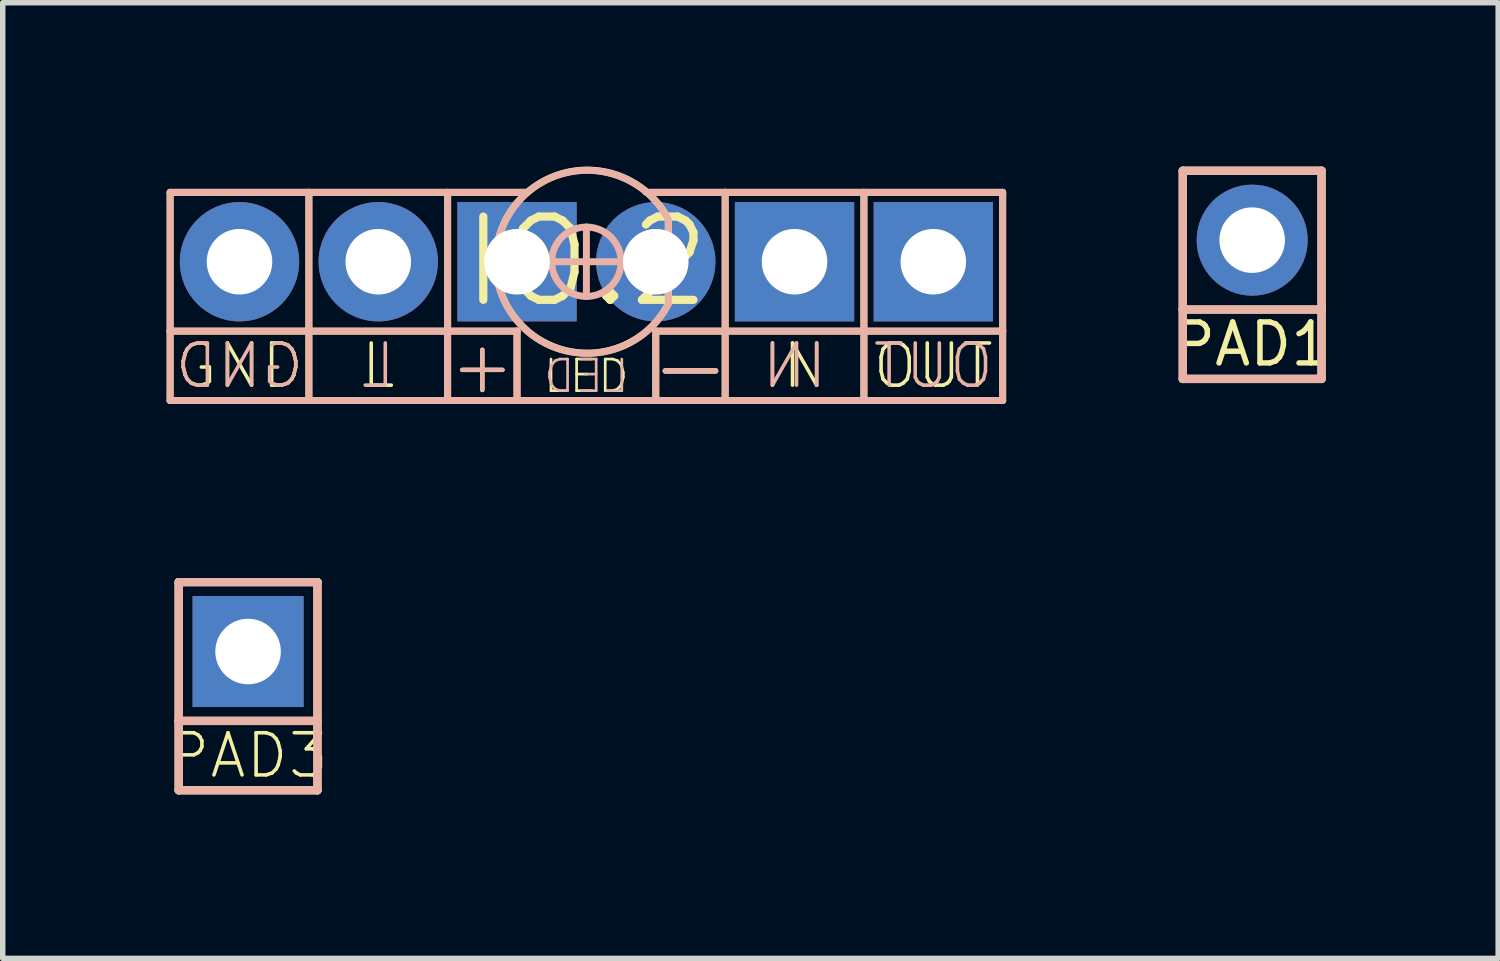
<source format=kicad_pcb>
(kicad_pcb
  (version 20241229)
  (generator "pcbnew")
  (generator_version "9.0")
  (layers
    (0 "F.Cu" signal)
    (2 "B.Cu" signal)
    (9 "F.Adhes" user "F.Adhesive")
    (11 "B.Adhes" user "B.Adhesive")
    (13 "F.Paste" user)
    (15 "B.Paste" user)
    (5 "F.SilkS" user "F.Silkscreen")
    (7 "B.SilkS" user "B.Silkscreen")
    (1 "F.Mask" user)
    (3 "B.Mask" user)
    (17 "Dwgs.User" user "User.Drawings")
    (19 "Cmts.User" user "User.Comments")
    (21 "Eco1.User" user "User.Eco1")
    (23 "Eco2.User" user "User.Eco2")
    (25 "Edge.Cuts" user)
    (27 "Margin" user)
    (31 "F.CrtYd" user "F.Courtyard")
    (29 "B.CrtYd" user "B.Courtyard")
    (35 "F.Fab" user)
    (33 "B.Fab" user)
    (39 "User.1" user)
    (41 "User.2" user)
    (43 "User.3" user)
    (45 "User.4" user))
  (footprint "PAD1"
    (layer "F.Cu")
    (at 19.871 1.346)
    (property "Reference" "PAD1" (at 0 1.905 0) (layer "F.SilkS") (effects (font (size 0.75 0.75) (thickness 0.1))))
    (attr through_hole)
    (fp_line (start -1.27 -1.27) (end 1.27 -1.27) (stroke (width 0.152) (type solid)) (layer "F.SilkS"))
    (fp_line (start -1.27 1.27) (end -1.27 -1.27) (stroke (width 0.152) (type solid)) (layer "F.SilkS"))
    (fp_line (start -1.27 1.27) (end -1.27 2.54) (stroke (width 0.152) (type solid)) (layer "F.SilkS"))
    (fp_line (start -1.27 2.54) (end 1.27 2.54) (stroke (width 0.152) (type solid)) (layer "F.SilkS"))
    (fp_line (start 1.27 -1.27) (end 1.27 1.27) (stroke (width 0.152) (type solid)) (layer "F.SilkS"))
    (fp_line (start 1.27 1.27) (end -1.27 1.27) (stroke (width 0.152) (type solid)) (layer "F.SilkS"))
    (fp_line (start 1.27 2.54) (end 1.27 1.27) (stroke (width 0.152) (type solid)) (layer "F.SilkS"))
    (fp_line (start -1.27 -1.27) (end -1.27 1.27) (stroke (width 0.152) (type solid)) (layer "B.SilkS"))
    (fp_line (start -1.27 1.27) (end 1.27 1.27) (stroke (width 0.152) (type solid)) (layer "B.SilkS"))
    (fp_line (start -1.27 2.54) (end -1.27 1.27) (stroke (width 0.152) (type solid)) (layer "B.SilkS"))
    (fp_line (start 1.27 -1.27) (end -1.27 -1.27) (stroke (width 0.152) (type solid)) (layer "B.SilkS"))
    (fp_line (start 1.27 1.27) (end 1.27 -1.27) (stroke (width 0.152) (type solid)) (layer "B.SilkS"))
    (fp_line (start 1.27 1.27) (end 1.27 2.54) (stroke (width 0.152) (type solid)) (layer "B.SilkS"))
    (fp_line (start 1.27 2.54) (end -1.27 2.54) (stroke (width 0.152) (type solid)) (layer "B.SilkS"))
    (pad "1" thru_hole oval (at 0 0) (size 2.032 2.032) (drill 1.2) (layers "*.Cu" "*.Mask")))
  (footprint "PAD3"
    (layer "F.Cu")
    (at 1.491 8.876)
    (property "Reference" "PAD3" (at 0 1.905 0) (layer "F.SilkS") (effects (font (size 0.772 0.772) (thickness 0.065))))
    (attr through_hole)
    (fp_line (start -1.27 -1.27) (end 1.27 -1.27) (stroke (width 0.152) (type solid)) (layer "F.SilkS"))
    (fp_line (start -1.27 1.27) (end -1.27 -1.27) (stroke (width 0.152) (type solid)) (layer "F.SilkS"))
    (fp_line (start -1.27 1.27) (end -1.27 2.54) (stroke (width 0.152) (type solid)) (layer "F.SilkS"))
    (fp_line (start -1.27 2.54) (end 1.27 2.54) (stroke (width 0.152) (type solid)) (layer "F.SilkS"))
    (fp_line (start 1.27 -1.27) (end 1.27 1.27) (stroke (width 0.152) (type solid)) (layer "F.SilkS"))
    (fp_line (start 1.27 1.27) (end -1.27 1.27) (stroke (width 0.152) (type solid)) (layer "F.SilkS"))
    (fp_line (start 1.27 2.54) (end 1.27 1.27) (stroke (width 0.152) (type solid)) (layer "F.SilkS"))
    (fp_line (start -1.27 -1.27) (end -1.27 1.27) (stroke (width 0.152) (type solid)) (layer "B.SilkS"))
    (fp_line (start -1.27 1.27) (end 1.27 1.27) (stroke (width 0.152) (type solid)) (layer "B.SilkS"))
    (fp_line (start -1.27 2.54) (end -1.27 1.27) (stroke (width 0.152) (type solid)) (layer "B.SilkS"))
    (fp_line (start 1.27 -1.27) (end -1.27 -1.27) (stroke (width 0.152) (type solid)) (layer "B.SilkS"))
    (fp_line (start 1.27 1.27) (end 1.27 -1.27) (stroke (width 0.152) (type solid)) (layer "B.SilkS"))
    (fp_line (start 1.27 1.27) (end 1.27 2.54) (stroke (width 0.152) (type solid)) (layer "B.SilkS"))
    (fp_line (start 1.27 2.54) (end -1.27 2.54) (stroke (width 0.152) (type solid)) (layer "B.SilkS"))
    (pad "1" thru_hole rect (at 0 0) (size 2.032 2.032) (drill 1.2) (layers "*.Cu" "*.Mask")))
  (footprint "IO.2"
    (layer "F.Cu")
    (at 7.684 1.741)
    (property "Reference" "IO.2" (at 0 0 0) (layer "F.SilkS") (effects (font (size 1.524 1.524) (thickness 0.15))))
    (attr through_hole)
    (fp_line (start -7.62 -1.27) (end -7.62 1.27) (stroke (width 0.127) (type solid)) (layer "F.SilkS"))
    (fp_line (start -7.62 -1.27) (end -5.08 -1.27) (stroke (width 0.127) (type solid)) (layer "F.SilkS"))
    (fp_line (start -7.62 1.27) (end -7.62 2.54) (stroke (width 0.127) (type solid)) (layer "F.SilkS"))
    (fp_line (start -7.62 1.27) (end -5.08 1.27) (stroke (width 0.127) (type solid)) (layer "F.SilkS"))
    (fp_line (start -5.08 -1.27) (end -5.08 1.27) (stroke (width 0.127) (type solid)) (layer "F.SilkS"))
    (fp_line (start -5.08 -1.27) (end -2.54 -1.27) (stroke (width 0.127) (type solid)) (layer "F.SilkS"))
    (fp_line (start -5.08 1.27) (end -5.08 2.54) (stroke (width 0.127) (type solid)) (layer "F.SilkS"))
    (fp_line (start -5.08 1.27) (end -2.54 1.27) (stroke (width 0.127) (type solid)) (layer "F.SilkS"))
    (fp_line (start -5.08 2.54) (end -7.62 2.54) (stroke (width 0.127) (type solid)) (layer "F.SilkS"))
    (fp_line (start -2.54 1.27) (end -2.54 -1.27) (stroke (width 0.127) (type solid)) (layer "F.SilkS"))
    (fp_line (start -2.54 1.27) (end -1.27 1.27) (stroke (width 0.127) (type solid)) (layer "F.SilkS"))
    (fp_line (start -2.54 2.54) (end -5.08 2.54) (stroke (width 0.127) (type solid)) (layer "F.SilkS"))
    (fp_line (start -2.54 2.54) (end -2.54 1.27) (stroke (width 0.127) (type solid)) (layer "F.SilkS"))
    (fp_line (start -1.27 2.54) (end -2.54 2.54) (stroke (width 0.127) (type solid)) (layer "F.SilkS"))
    (fp_line (start -1.27 2.54) (end -1.27 1.27) (stroke (width 0.127) (type solid)) (layer "F.SilkS"))
    (fp_line (start -1.092 -1.27) (end -2.54 -1.27) (stroke (width 0.127) (type solid)) (layer "F.SilkS"))
    (fp_line (start 1.27 1.27) (end 2.54 1.27) (stroke (width 0.127) (type solid)) (layer "F.SilkS"))
    (fp_line (start 1.27 2.54) (end -1.27 2.54) (stroke (width 0.127) (type solid)) (layer "F.SilkS"))
    (fp_line (start 1.27 2.54) (end 1.27 1.27) (stroke (width 0.127) (type solid)) (layer "F.SilkS"))
    (fp_line (start 1.499 -0.762) (end 1.499 0.762) (stroke (width 0.127) (type solid)) (layer "F.SilkS"))
    (fp_line (start 2.54 -1.27) (end 1.118 -1.27) (stroke (width 0.127) (type solid)) (layer "F.SilkS"))
    (fp_line (start 2.54 -1.27) (end 2.54 1.27) (stroke (width 0.127) (type solid)) (layer "F.SilkS"))
    (fp_line (start 2.54 -1.27) (end 5.08 -1.27) (stroke (width 0.127) (type solid)) (layer "F.SilkS"))
    (fp_line (start 2.54 1.27) (end 2.54 2.54) (stroke (width 0.127) (type solid)) (layer "F.SilkS"))
    (fp_line (start 2.54 1.27) (end 5.08 1.27) (stroke (width 0.127) (type solid)) (layer "F.SilkS"))
    (fp_line (start 2.54 2.54) (end 1.27 2.54) (stroke (width 0.127) (type solid)) (layer "F.SilkS"))
    (fp_line (start 5.08 -1.27) (end 5.08 1.27) (stroke (width 0.127) (type solid)) (layer "F.SilkS"))
    (fp_line (start 5.08 -1.27) (end 7.62 -1.27) (stroke (width 0.127) (type solid)) (layer "F.SilkS"))
    (fp_line (start 5.08 1.27) (end 5.08 2.54) (stroke (width 0.127) (type solid)) (layer "F.SilkS"))
    (fp_line (start 5.08 1.27) (end 7.62 1.27) (stroke (width 0.127) (type solid)) (layer "F.SilkS"))
    (fp_line (start 5.08 2.54) (end 2.54 2.54) (stroke (width 0.127) (type solid)) (layer "F.SilkS"))
    (fp_line (start 7.62 -1.27) (end 7.62 1.27) (stroke (width 0.127) (type solid)) (layer "F.SilkS"))
    (fp_line (start 7.62 1.27) (end 7.62 2.54) (stroke (width 0.127) (type solid)) (layer "F.SilkS"))
    (fp_line (start 7.62 2.54) (end 5.08 2.54) (stroke (width 0.127) (type solid)) (layer "F.SilkS"))
    (fp_arc (start 1.489069 0.791939) (mid -1.660963 -0.015389) (end 1.501275 -0.773497) (stroke (width 0.127) (type solid)) (layer "F.SilkS"))
    (fp_line (start -7.62 -1.27) (end -7.62 1.27) (stroke (width 0.127) (type solid)) (layer "B.SilkS"))
    (fp_line (start -7.62 1.27) (end -7.62 2.54) (stroke (width 0.127) (type solid)) (layer "B.SilkS"))
    (fp_line (start -7.62 2.54) (end -5.08 2.54) (stroke (width 0.127) (type solid)) (layer "B.SilkS"))
    (fp_line (start -5.08 -1.27) (end -7.62 -1.27) (stroke (width 0.127) (type solid)) (layer "B.SilkS"))
    (fp_line (start -5.08 -1.27) (end -5.08 1.27) (stroke (width 0.127) (type solid)) (layer "B.SilkS"))
    (fp_line (start -5.08 1.27) (end -7.62 1.27) (stroke (width 0.127) (type solid)) (layer "B.SilkS"))
    (fp_line (start -5.08 1.27) (end -5.08 2.54) (stroke (width 0.127) (type solid)) (layer "B.SilkS"))
    (fp_line (start -5.08 2.54) (end -2.54 2.54) (stroke (width 0.127) (type solid)) (layer "B.SilkS"))
    (fp_line (start -2.54 -1.27) (end -5.08 -1.27) (stroke (width 0.127) (type solid)) (layer "B.SilkS"))
    (fp_line (start -2.54 -1.27) (end -2.54 1.27) (stroke (width 0.127) (type solid)) (layer "B.SilkS"))
    (fp_line (start -2.54 -1.27) (end -1.092 -1.27) (stroke (width 0.127) (type solid)) (layer "B.SilkS"))
    (fp_line (start -2.54 1.27) (end -5.08 1.27) (stroke (width 0.127) (type solid)) (layer "B.SilkS"))
    (fp_line (start -2.54 1.27) (end -2.54 2.54) (stroke (width 0.127) (type solid)) (layer "B.SilkS"))
    (fp_line (start -2.54 2.54) (end -1.27 2.54) (stroke (width 0.127) (type solid)) (layer "B.SilkS"))
    (fp_line (start -1.27 1.27) (end -2.54 1.27) (stroke (width 0.127) (type solid)) (layer "B.SilkS"))
    (fp_line (start -1.27 2.54) (end -1.27 1.27) (stroke (width 0.127) (type solid)) (layer "B.SilkS"))
    (fp_line (start -1.27 2.54) (end 1.27 2.54) (stroke (width 0.127) (type solid)) (layer "B.SilkS"))
    (fp_line (start -0.635 0) (end 0.635 0) (stroke (width 0.127) (type solid)) (layer "B.SilkS"))
    (fp_line (start 0 -0.635) (end 0 0.635) (stroke (width 0.127) (type solid)) (layer "B.SilkS"))
    (fp_line (start 1.092 -1.27) (end 2.54 -1.27) (stroke (width 0.127) (type solid)) (layer "B.SilkS"))
    (fp_line (start 1.27 2.54) (end 1.27 1.27) (stroke (width 0.127) (type solid)) (layer "B.SilkS"))
    (fp_line (start 1.27 2.54) (end 2.54 2.54) (stroke (width 0.127) (type solid)) (layer "B.SilkS"))
    (fp_line (start 1.499 -0.762) (end 1.499 0.762) (stroke (width 0.127) (type solid)) (layer "B.SilkS"))
    (fp_line (start 2.54 1.27) (end 1.27 1.27) (stroke (width 0.127) (type solid)) (layer "B.SilkS"))
    (fp_line (start 2.54 1.27) (end 2.54 -1.27) (stroke (width 0.127) (type solid)) (layer "B.SilkS"))
    (fp_line (start 2.54 2.54) (end 2.54 1.27) (stroke (width 0.127) (type solid)) (layer "B.SilkS"))
    (fp_line (start 2.54 2.54) (end 5.08 2.54) (stroke (width 0.127) (type solid)) (layer "B.SilkS"))
    (fp_line (start 5.08 -1.27) (end 2.54 -1.27) (stroke (width 0.127) (type solid)) (layer "B.SilkS"))
    (fp_line (start 5.08 -1.27) (end 5.08 1.27) (stroke (width 0.127) (type solid)) (layer "B.SilkS"))
    (fp_line (start 5.08 1.27) (end 2.54 1.27) (stroke (width 0.127) (type solid)) (layer "B.SilkS"))
    (fp_line (start 5.08 1.27) (end 5.08 2.54) (stroke (width 0.127) (type solid)) (layer "B.SilkS"))
    (fp_line (start 5.08 2.54) (end 7.62 2.54) (stroke (width 0.127) (type solid)) (layer "B.SilkS"))
    (fp_line (start 7.62 -1.27) (end 5.08 -1.27) (stroke (width 0.127) (type solid)) (layer "B.SilkS"))
    (fp_line (start 7.62 -1.27) (end 7.62 1.27) (stroke (width 0.127) (type solid)) (layer "B.SilkS"))
    (fp_line (start 7.62 1.27) (end 5.08 1.27) (stroke (width 0.127) (type solid)) (layer "B.SilkS"))
    (fp_line (start 7.62 1.27) (end 7.62 2.54) (stroke (width 0.127) (type solid)) (layer "B.SilkS"))
    (fp_arc (start 1.501275 0.773497) (mid -1.660963 0.015389) (end 1.489069 -0.791939) (stroke (width 0.127) (type solid)) (layer "B.SilkS"))
    (fp_circle (center 0 0) (end 0.635 0) (stroke (width 0.127) (type solid)) (fill no) (layer "B.SilkS"))
    (fp_text user "+" (at -1.905 1.905 0) (layer "F.SilkS") (effects (font (size 0.965 0.965) (thickness 0.081))))
    (fp_text user "LED" (at 0 2.095 0) (layer "F.SilkS") (effects (font (size 0.579 0.579) (thickness 0.049))))
    (fp_text user "GND" (at -6.35 1.905 0) (layer "F.SilkS") (effects (font (size 0.772 0.772) (thickness 0.065))))
    (fp_text user "IN" (at 3.81 1.905 0) (layer "F.SilkS") (effects (font (size 0.772 0.772) (thickness 0.065))))
    (fp_text user "-" (at 1.905 1.905 0) (layer "F.SilkS") (effects (font (size 1.206 1.206) (thickness 0.102))))
    (fp_text user "L" (at -3.81 1.905 0) (layer "F.SilkS") (effects (font (size 0.772 0.772) (thickness 0.065))))
    (fp_text user "OUT" (at 6.35 1.905 0) (layer "F.SilkS") (effects (font (size 0.772 0.772) (thickness 0.065))))
    (fp_text user "GND" (at -6.35 1.905 0) (layer "B.SilkS") (effects (font (size 0.772 0.772) (thickness 0.065)) (justify mirror)))
    (fp_text user "OUT" (at 6.35 1.905 0) (layer "B.SilkS") (effects (font (size 0.772 0.772) (thickness 0.065)) (justify mirror)))
    (fp_text user "L" (at -3.81 1.905 0) (layer "B.SilkS") (effects (font (size 0.772 0.772) (thickness 0.065)) (justify mirror)))
    (fp_text user "IN" (at 3.81 1.905 0) (layer "B.SilkS") (effects (font (size 0.772 0.772) (thickness 0.065)) (justify mirror)))
    (fp_text user "LED" (at 0 2.095 0) (layer "B.SilkS") (effects (font (size 0.579 0.579) (thickness 0.049)) (justify mirror)))
    (fp_text user "-" (at 1.905 1.905 0) (layer "B.SilkS") (effects (font (size 1.206 1.206) (thickness 0.102)) (justify mirror)))
    (fp_text user "+" (at -1.905 1.905 0) (layer "B.SilkS") (effects (font (size 0.965 0.965) (thickness 0.081)) (justify mirror)))
    (pad "+" thru_hole rect (at -1.27 0) (size 2.184 2.184) (drill 1.2) (layers "*.Cu" "*.Mask"))
    (pad "-" thru_hole oval (at 1.27 0) (size 2.184 2.184) (drill 1.2) (layers "*.Cu" "*.Mask"))
    (pad "G" thru_hole oval (at -6.35 0) (size 2.184 2.184) (drill 1.2) (layers "*.Cu" "*.Mask"))
    (pad "IN" thru_hole rect (at 3.81 0) (size 2.184 2.184) (drill 1.2) (layers "*.Cu" "*.Mask"))
    (pad "OUT" thru_hole rect (at 6.35 0) (size 2.184 2.184) (drill 1.2) (layers "*.Cu" "*.Mask"))
    (pad "SW" thru_hole oval (at -3.81 0) (size 2.184 2.184) (drill 1.2) (layers "*.Cu" "*.Mask")))
  (gr_rect
    (start -3 -3)
    (end 24.374 14.493)
    (stroke (width 0.1) (type default))
    (fill no)
    (layer "Edge.Cuts")))
</source>
